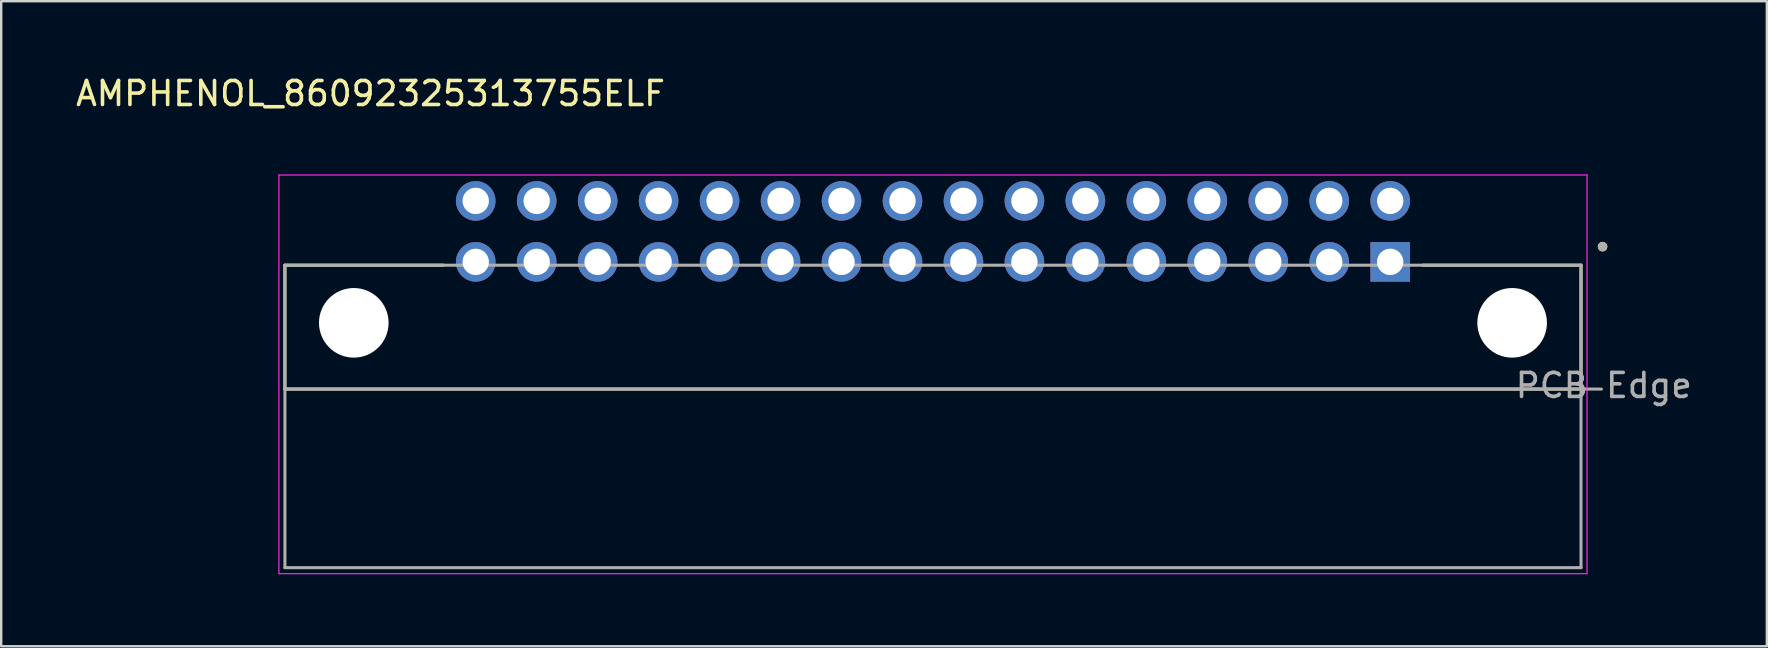
<source format=kicad_pcb>
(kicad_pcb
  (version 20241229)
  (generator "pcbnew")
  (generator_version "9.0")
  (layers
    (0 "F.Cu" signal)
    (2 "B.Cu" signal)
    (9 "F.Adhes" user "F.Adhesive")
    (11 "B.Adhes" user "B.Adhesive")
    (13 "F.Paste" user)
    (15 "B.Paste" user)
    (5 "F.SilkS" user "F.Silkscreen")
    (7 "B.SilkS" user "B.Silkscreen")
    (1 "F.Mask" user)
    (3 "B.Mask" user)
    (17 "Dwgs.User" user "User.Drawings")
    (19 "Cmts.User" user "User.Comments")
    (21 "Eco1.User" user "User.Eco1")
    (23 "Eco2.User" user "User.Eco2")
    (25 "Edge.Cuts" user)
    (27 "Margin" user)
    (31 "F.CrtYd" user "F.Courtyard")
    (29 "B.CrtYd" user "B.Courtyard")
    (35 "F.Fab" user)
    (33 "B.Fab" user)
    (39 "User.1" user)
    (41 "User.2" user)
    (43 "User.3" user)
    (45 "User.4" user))
  (footprint "AMPHENOL_86092325313755ELF"
    (layer "F.Cu")
    (at 35.82 10.4)
    (property "Reference" "AMPHENOL_86092325313755ELF" (at -23.433 -9.552 0) (layer "F.SilkS") (effects (font (size 1 1) (thickness 0.15))))
    (attr through_hole)
    (fp_line (start -27 -2.4) (end -20.4 -2.4) (stroke (width 0.127) (type solid)) (layer "F.SilkS"))
    (fp_line (start -27 2.76) (end -27 -2.4) (stroke (width 0.127) (type solid)) (layer "F.SilkS"))
    (fp_line (start -27 2.76) (end 27 2.76) (stroke (width 0.127) (type solid)) (layer "F.SilkS"))
    (fp_line (start 20.4 -2.4) (end 27 -2.4) (stroke (width 0.127) (type solid)) (layer "F.SilkS"))
    (fp_line (start 27 -2.4) (end 27 2.76) (stroke (width 0.127) (type solid)) (layer "F.SilkS"))
    (fp_circle (center 27.897 -3.173) (end 27.997 -3.173) (stroke (width 0.2) (type solid)) (fill no) (layer "F.SilkS"))
    (fp_line (start -27.25 -6.16) (end 27.25 -6.16) (stroke (width 0.05) (type solid)) (layer "F.CrtYd"))
    (fp_line (start -27.25 10.45) (end -27.25 -6.16) (stroke (width 0.05) (type solid)) (layer "F.CrtYd"))
    (fp_line (start 27.25 -6.16) (end 27.25 10.45) (stroke (width 0.05) (type solid)) (layer "F.CrtYd"))
    (fp_line (start 27.25 10.45) (end -27.25 10.45) (stroke (width 0.05) (type solid)) (layer "F.CrtYd"))
    (fp_line (start -27 -2.4) (end 27 -2.4) (stroke (width 0.127) (type solid)) (layer "F.Fab"))
    (fp_line (start -27 2.76) (end -27 -2.4) (stroke (width 0.127) (type solid)) (layer "F.Fab"))
    (fp_line (start -27 2.76) (end -27 10.2) (stroke (width 0.127) (type solid)) (layer "F.Fab"))
    (fp_line (start -27 10.2) (end 27 10.2) (stroke (width 0.127) (type solid)) (layer "F.Fab"))
    (fp_line (start 27 -2.4) (end 27 2.76) (stroke (width 0.127) (type solid)) (layer "F.Fab"))
    (fp_line (start 27 2.76) (end -27 2.76) (stroke (width 0.127) (type solid)) (layer "F.Fab"))
    (fp_line (start 27 2.76) (end 27.85 2.76) (stroke (width 0.127) (type solid)) (layer "F.Fab"))
    (fp_line (start 27 10.2) (end 27 2.76) (stroke (width 0.127) (type solid)) (layer "F.Fab"))
    (fp_circle (center 27.897 -3.173) (end 27.997 -3.173) (stroke (width 0.2) (type solid)) (fill no) (layer "F.Fab"))
    (fp_text user "PCB Edge" (at 27.95 2.61 0) (layer "F.Fab") (effects (font (size 1 1) (thickness 0.15))))
    (pad "" np_thru_hole circle (at -24.13 0) (size 2.9 2.9) (drill 2.9) (layers "*.Cu" "*.Mask"))
    (pad "" np_thru_hole circle (at 24.13 0) (size 2.9 2.9) (drill 2.9) (layers "*.Cu" "*.Mask"))
    (pad "A1" thru_hole rect (at 19.05 -2.54) (size 1.65 1.65) (drill 1.1) (layers "*.Cu" "*.Mask"))
    (pad "A2" thru_hole circle (at 16.51 -2.54) (size 1.65 1.65) (drill 1.1) (layers "*.Cu" "*.Mask"))
    (pad "A3" thru_hole circle (at 13.97 -2.54) (size 1.65 1.65) (drill 1.1) (layers "*.Cu" "*.Mask"))
    (pad "A4" thru_hole circle (at 11.43 -2.54) (size 1.65 1.65) (drill 1.1) (layers "*.Cu" "*.Mask"))
    (pad "A5" thru_hole circle (at 8.89 -2.54) (size 1.65 1.65) (drill 1.1) (layers "*.Cu" "*.Mask"))
    (pad "A6" thru_hole circle (at 6.35 -2.54) (size 1.65 1.65) (drill 1.1) (layers "*.Cu" "*.Mask"))
    (pad "A7" thru_hole circle (at 3.81 -2.54) (size 1.65 1.65) (drill 1.1) (layers "*.Cu" "*.Mask"))
    (pad "A8" thru_hole circle (at 1.27 -2.54) (size 1.65 1.65) (drill 1.1) (layers "*.Cu" "*.Mask"))
    (pad "A9" thru_hole circle (at -1.27 -2.54) (size 1.65 1.65) (drill 1.1) (layers "*.Cu" "*.Mask"))
    (pad "A10" thru_hole circle (at -3.81 -2.54) (size 1.65 1.65) (drill 1.1) (layers "*.Cu" "*.Mask"))
    (pad "A11" thru_hole circle (at -6.35 -2.54) (size 1.65 1.65) (drill 1.1) (layers "*.Cu" "*.Mask"))
    (pad "A12" thru_hole circle (at -8.89 -2.54) (size 1.65 1.65) (drill 1.1) (layers "*.Cu" "*.Mask"))
    (pad "A13" thru_hole circle (at -11.43 -2.54) (size 1.65 1.65) (drill 1.1) (layers "*.Cu" "*.Mask"))
    (pad "A14" thru_hole circle (at -13.97 -2.54) (size 1.65 1.65) (drill 1.1) (layers "*.Cu" "*.Mask"))
    (pad "A15" thru_hole circle (at -16.51 -2.54) (size 1.65 1.65) (drill 1.1) (layers "*.Cu" "*.Mask"))
    (pad "A16" thru_hole circle (at -19.05 -2.54) (size 1.65 1.65) (drill 1.1) (layers "*.Cu" "*.Mask"))
    (pad "B1" thru_hole circle (at 19.05 -5.08) (size 1.65 1.65) (drill 1.1) (layers "*.Cu" "*.Mask"))
    (pad "B2" thru_hole circle (at 16.51 -5.08) (size 1.65 1.65) (drill 1.1) (layers "*.Cu" "*.Mask"))
    (pad "B3" thru_hole circle (at 13.97 -5.08) (size 1.65 1.65) (drill 1.1) (layers "*.Cu" "*.Mask"))
    (pad "B4" thru_hole circle (at 11.43 -5.08) (size 1.65 1.65) (drill 1.1) (layers "*.Cu" "*.Mask"))
    (pad "B5" thru_hole circle (at 8.89 -5.08) (size 1.65 1.65) (drill 1.1) (layers "*.Cu" "*.Mask"))
    (pad "B6" thru_hole circle (at 6.35 -5.08) (size 1.65 1.65) (drill 1.1) (layers "*.Cu" "*.Mask"))
    (pad "B7" thru_hole circle (at 3.81 -5.08) (size 1.65 1.65) (drill 1.1) (layers "*.Cu" "*.Mask"))
    (pad "B8" thru_hole circle (at 1.27 -5.08) (size 1.65 1.65) (drill 1.1) (layers "*.Cu" "*.Mask"))
    (pad "B9" thru_hole circle (at -1.27 -5.08) (size 1.65 1.65) (drill 1.1) (layers "*.Cu" "*.Mask"))
    (pad "B10" thru_hole circle (at -3.81 -5.08) (size 1.65 1.65) (drill 1.1) (layers "*.Cu" "*.Mask"))
    (pad "B11" thru_hole circle (at -6.35 -5.08) (size 1.65 1.65) (drill 1.1) (layers "*.Cu" "*.Mask"))
    (pad "B12" thru_hole circle (at -8.89 -5.08) (size 1.65 1.65) (drill 1.1) (layers "*.Cu" "*.Mask"))
    (pad "B13" thru_hole circle (at -11.43 -5.08) (size 1.65 1.65) (drill 1.1) (layers "*.Cu" "*.Mask"))
    (pad "B14" thru_hole circle (at -13.97 -5.08) (size 1.65 1.65) (drill 1.1) (layers "*.Cu" "*.Mask"))
    (pad "B15" thru_hole circle (at -16.51 -5.08) (size 1.65 1.65) (drill 1.1) (layers "*.Cu" "*.Mask"))
    (pad "B16" thru_hole circle (at -19.05 -5.08) (size 1.65 1.65) (drill 1.1) (layers "*.Cu" "*.Mask")))
  (gr_rect
    (start -3 -3)
    (end 70.562 23.875)
    (stroke (width 0.1) (type default))
    (fill no)
    (layer "Edge.Cuts")))
</source>
